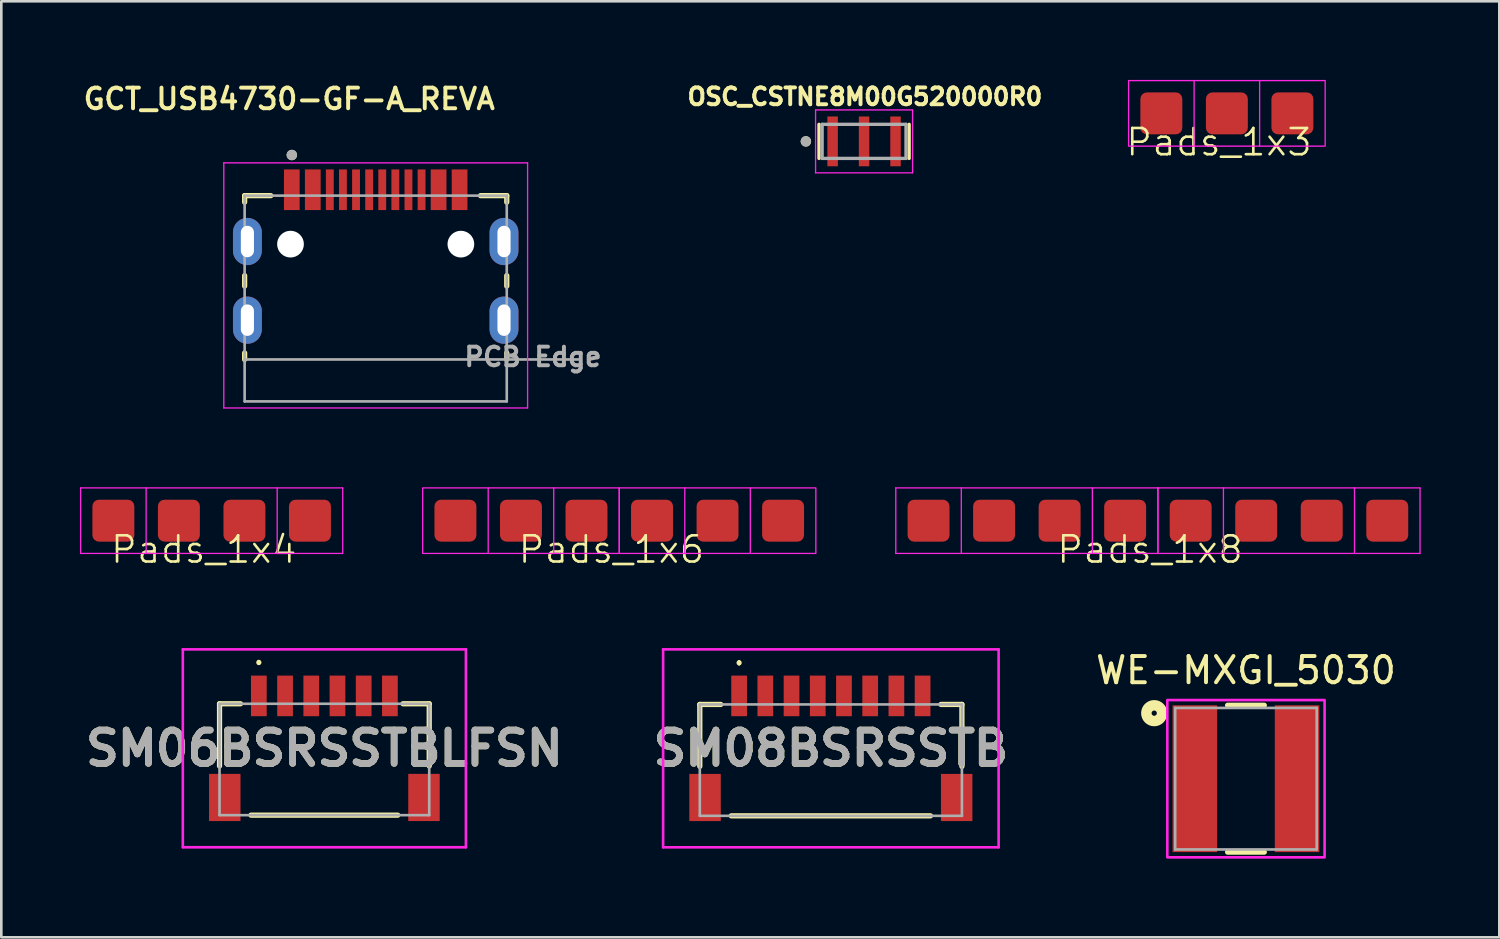
<source format=kicad_pcb>
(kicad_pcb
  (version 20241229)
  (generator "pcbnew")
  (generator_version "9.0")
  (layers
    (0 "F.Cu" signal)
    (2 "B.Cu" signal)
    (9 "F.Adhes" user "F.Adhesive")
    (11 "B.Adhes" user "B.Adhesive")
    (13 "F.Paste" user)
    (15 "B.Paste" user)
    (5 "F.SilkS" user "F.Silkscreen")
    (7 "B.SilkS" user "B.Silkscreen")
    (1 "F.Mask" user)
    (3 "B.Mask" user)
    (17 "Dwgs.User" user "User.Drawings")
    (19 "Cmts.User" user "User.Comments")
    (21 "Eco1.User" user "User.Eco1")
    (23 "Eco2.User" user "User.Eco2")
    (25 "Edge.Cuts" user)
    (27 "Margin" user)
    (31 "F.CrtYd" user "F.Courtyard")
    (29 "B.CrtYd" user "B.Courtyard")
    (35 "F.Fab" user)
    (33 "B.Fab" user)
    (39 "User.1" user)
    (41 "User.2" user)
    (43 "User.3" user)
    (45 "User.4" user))
  (footprint "Pads_1x4"
    (layer "F.Cu")
    (at 5.025 16.814)
    (property "Reference" "Pads_1x4" (at -0.3 1.1 0) (unlocked yes) (layer "F.SilkS") (effects (font (size 1 1) (thickness 0.1))))
    (attr smd)
    (fp_line (start -5 -1.25) (end -5 1.25) (stroke (width 0.05) (type solid)) (layer "F.CrtYd"))
    (fp_line (start -2.5 -1.25) (end -2.5 1.25) (stroke (width 0.05) (type solid)) (layer "F.CrtYd"))
    (fp_line (start 2.5 -1.25) (end 2.5 1.25) (stroke (width 0.05) (type solid)) (layer "F.CrtYd"))
    (fp_line (start 5 -1.25) (end -5 -1.25) (stroke (width 0.05) (type default)) (layer "F.CrtYd"))
    (fp_line (start 5 -1.25) (end 5 1.25) (stroke (width 0.05) (type solid)) (layer "F.CrtYd"))
    (fp_line (start 5 1.25) (end -5 1.25) (stroke (width 0.05) (type default)) (layer "F.CrtYd"))
    (pad "1" smd roundrect (at -3.75 0 180) (size 1.6 1.6) (layers "F.Cu" "F.Mask" "F.Paste") (roundrect_rratio 0.156))
    (pad "2" smd roundrect (at -1.25 0 180) (size 1.6 1.6) (layers "F.Cu" "F.Mask" "F.Paste") (roundrect_rratio 0.156))
    (pad "3" smd roundrect (at 1.25 0 180) (size 1.6 1.6) (layers "F.Cu" "F.Mask" "F.Paste") (roundrect_rratio 0.156))
    (pad "4" smd roundrect (at 3.75 0 180) (size 1.6 1.6) (layers "F.Cu" "F.Mask" "F.Paste") (roundrect_rratio 0.156)))
  (footprint "Pads_1x8"
    (layer "F.Cu")
    (at 41.125 16.814)
    (property "Reference" "Pads_1x8" (at -0.3 1.1 0) (unlocked yes) (layer "F.SilkS") (effects (font (size 1 1) (thickness 0.1))))
    (attr smd)
    (fp_line (start -10 -1.25) (end -10 1.25) (stroke (width 0.05) (type solid)) (layer "F.CrtYd"))
    (fp_line (start -7.5 -1.25) (end -7.5 1.25) (stroke (width 0.05) (type solid)) (layer "F.CrtYd"))
    (fp_line (start -2.5 -1.25) (end -2.5 1.25) (stroke (width 0.05) (type solid)) (layer "F.CrtYd"))
    (fp_line (start 0 -1.25) (end -10 -1.25) (stroke (width 0.05) (type default)) (layer "F.CrtYd"))
    (fp_line (start 0 -1.25) (end 0 1.25) (stroke (width 0.05) (type solid)) (layer "F.CrtYd"))
    (fp_line (start 0 -1.25) (end 0 1.25) (stroke (width 0.05) (type solid)) (layer "F.CrtYd"))
    (fp_line (start 0 1.25) (end -10 1.25) (stroke (width 0.05) (type default)) (layer "F.CrtYd"))
    (fp_line (start 2.5 -1.25) (end 2.5 1.25) (stroke (width 0.05) (type solid)) (layer "F.CrtYd"))
    (fp_line (start 7.5 -1.25) (end 7.5 1.25) (stroke (width 0.05) (type solid)) (layer "F.CrtYd"))
    (fp_line (start 10 -1.25) (end 0 -1.25) (stroke (width 0.05) (type default)) (layer "F.CrtYd"))
    (fp_line (start 10 -1.25) (end 10 1.25) (stroke (width 0.05) (type solid)) (layer "F.CrtYd"))
    (fp_line (start 10 1.25) (end 0 1.25) (stroke (width 0.05) (type default)) (layer "F.CrtYd"))
    (pad "1" smd roundrect (at -8.75 0 180) (size 1.6 1.6) (layers "F.Cu" "F.Mask" "F.Paste") (roundrect_rratio 0.156))
    (pad "2" smd roundrect (at -6.25 0 180) (size 1.6 1.6) (layers "F.Cu" "F.Mask" "F.Paste") (roundrect_rratio 0.156))
    (pad "3" smd roundrect (at -3.75 0 180) (size 1.6 1.6) (layers "F.Cu" "F.Mask" "F.Paste") (roundrect_rratio 0.156))
    (pad "4" smd roundrect (at -1.25 0 180) (size 1.6 1.6) (layers "F.Cu" "F.Mask" "F.Paste") (roundrect_rratio 0.156))
    (pad "5" smd roundrect (at 1.25 0 180) (size 1.6 1.6) (layers "F.Cu" "F.Mask" "F.Paste") (roundrect_rratio 0.156))
    (pad "6" smd roundrect (at 3.75 0 180) (size 1.6 1.6) (layers "F.Cu" "F.Mask" "F.Paste") (roundrect_rratio 0.156))
    (pad "7" smd roundrect (at 6.25 0 180) (size 1.6 1.6) (layers "F.Cu" "F.Mask" "F.Paste") (roundrect_rratio 0.156))
    (pad "8" smd roundrect (at 8.75 0 180) (size 1.6 1.6) (layers "F.Cu" "F.Mask" "F.Paste") (roundrect_rratio 0.156)))
  (footprint "Pads_1x6"
    (layer "F.Cu")
    (at 20.575 16.814)
    (property "Reference" "Pads_1x6" (at -0.3 1.1 0) (unlocked yes) (layer "F.SilkS") (effects (font (size 1 1) (thickness 0.1))))
    (attr smd)
    (fp_line (start -5 -1.25) (end -5 1.25) (stroke (width 0.05) (type solid)) (layer "F.CrtYd"))
    (fp_line (start -2.5 -1.25) (end -2.5 1.25) (stroke (width 0.05) (type solid)) (layer "F.CrtYd"))
    (fp_line (start 2.5 -1.25) (end 2.5 1.25) (stroke (width 0.05) (type solid)) (layer "F.CrtYd"))
    (fp_line (start 5 -1.25) (end 5 1.25) (stroke (width 0.05) (type solid)) (layer "F.CrtYd"))
    (fp_rect (start -7.5 -1.25) (end 0 1.25) (stroke (width 0.05) (type solid)) (fill no) (layer "F.CrtYd"))
    (fp_rect (start 0 -1.25) (end 7.5 1.25) (stroke (width 0.05) (type solid)) (fill no) (layer "F.CrtYd"))
    (pad "1" smd roundrect (at -6.25 0 180) (size 1.6 1.6) (layers "F.Cu" "F.Mask" "F.Paste") (roundrect_rratio 0.156))
    (pad "2" smd roundrect (at -3.75 0 180) (size 1.6 1.6) (layers "F.Cu" "F.Mask" "F.Paste") (roundrect_rratio 0.156))
    (pad "3" smd roundrect (at -1.25 0 180) (size 1.6 1.6) (layers "F.Cu" "F.Mask" "F.Paste") (roundrect_rratio 0.156))
    (pad "4" smd roundrect (at 1.25 0 180) (size 1.6 1.6) (layers "F.Cu" "F.Mask" "F.Paste") (roundrect_rratio 0.156))
    (pad "5" smd roundrect (at 3.75 0 180) (size 1.6 1.6) (layers "F.Cu" "F.Mask" "F.Paste") (roundrect_rratio 0.156))
    (pad "6" smd roundrect (at 6.25 0 180) (size 1.6 1.6) (layers "F.Cu" "F.Mask" "F.Paste") (roundrect_rratio 0.156)))
  (footprint "WE-MXGI_5030"
    (layer "F.Cu")
    (at 44.484 26.658)
    (property "Reference" "WE-MXGI_5030" (at 0 -4.135 0) (layer "F.SilkS") (effects (font (size 1 1) (thickness 0.15))))
    (attr smd)
    (fp_line (start -0.7 -2.8) (end 0.7 -2.8) (stroke (width 0.2) (type solid)) (layer "F.SilkS"))
    (fp_line (start -0.7 2.8) (end 0.7 2.8) (stroke (width 0.2) (type solid)) (layer "F.SilkS"))
    (fp_circle (center -3.5 -2.5) (end -3.4 -2.5) (stroke (width 0.4) (type solid)) (fill no) (layer "F.SilkS"))
    (fp_poly (pts (xy -3 -3) (xy 3 -3) (xy 3 3) (xy -3 3)) (stroke (width 0.1) (type solid)) (fill no) (layer "F.CrtYd"))
    (fp_line (start -2.7 -2.7) (end 2.7 -2.7) (stroke (width 0.1) (type solid)) (layer "F.Fab"))
    (fp_line (start -2.7 2.7) (end -2.7 -2.7) (stroke (width 0.1) (type solid)) (layer "F.Fab"))
    (fp_line (start 2.7 -2.7) (end 2.7 2.7) (stroke (width 0.1) (type solid)) (layer "F.Fab"))
    (fp_line (start 2.7 2.7) (end -2.7 2.7) (stroke (width 0.1) (type solid)) (layer "F.Fab"))
    (pad "1" smd rect (at -1.95 0) (size 1.7 5.6) (layers "F.Cu" "F.Mask" "F.Paste"))
    (pad "2" smd rect (at 1.95 0) (size 1.7 5.6) (layers "F.Cu" "F.Mask" "F.Paste"))
    (zone (net_name "") (layer "F.Cu") (hatch full 0.508) (connect_pads) (min_thickness 0.01) (filled_areas_thickness no) (keepout (tracks not_allowed) (vias not_allowed) (pads not_allowed) (copperpour not_allowed) (footprints allowed)) (placement (enabled no)) (fill) (polygon (pts (xy 43.384 23.858) (xy 45.584 23.858) (xy 45.584 29.458) (xy 43.384 29.458))))
    (zone (net_name "") (layers "F.Cu" "B.Cu") (hatch full 0.508) (connect_pads) (min_thickness 0.01) (filled_areas_thickness no) (keepout (tracks allowed) (vias not_allowed) (pads allowed) (copperpour allowed) (footprints allowed)) (placement (enabled no)) (fill) (polygon (pts (xy 43.384 23.858) (xy 45.584 23.858) (xy 45.584 29.458) (xy 43.384 29.458)))))
  (footprint "SM08BSRSSTB"
    (layer "F.Cu")
    (at 28.648 25.787)
    (property "Reference" "SM08BSRSSTB" (at 0 -0.288 0) (layer "F.SilkS") (effects (font (size 1.27 1.27) (thickness 0.254))))
    (attr smd)
    (fp_line (start -5 -1.962) (end -4.2 -1.962) (stroke (width 0.2) (type solid)) (layer "F.SilkS"))
    (fp_line (start -5 0.4) (end -5 -1.962) (stroke (width 0.2) (type solid)) (layer "F.SilkS"))
    (fp_line (start -3.5 -3.6) (end -3.5 -3.6) (stroke (width 0.1) (type solid)) (layer "F.SilkS"))
    (fp_line (start -3.5 -3.5) (end -3.5 -3.5) (stroke (width 0.1) (type solid)) (layer "F.SilkS"))
    (fp_line (start 3.8 2.288) (end -3.8 2.288) (stroke (width 0.2) (type solid)) (layer "F.SilkS"))
    (fp_line (start 4.2 -1.962) (end 5 -1.962) (stroke (width 0.2) (type solid)) (layer "F.SilkS"))
    (fp_line (start 5 -1.962) (end 5 0.4) (stroke (width 0.2) (type solid)) (layer "F.SilkS"))
    (fp_arc (start -3.5 -3.6) (mid -3.45 -3.55) (end -3.5 -3.5) (stroke (width 0.1) (type solid)) (layer "F.SilkS"))
    (fp_arc (start -3.5 -3.5) (mid -3.55 -3.55) (end -3.5 -3.6) (stroke (width 0.1) (type solid)) (layer "F.SilkS"))
    (fp_line (start -6.4 -4.063) (end 6.4 -4.063) (stroke (width 0.1) (type solid)) (layer "F.CrtYd"))
    (fp_line (start -6.4 3.488) (end -6.4 -4.063) (stroke (width 0.1) (type solid)) (layer "F.CrtYd"))
    (fp_line (start 6.4 -4.063) (end 6.4 3.488) (stroke (width 0.1) (type solid)) (layer "F.CrtYd"))
    (fp_line (start 6.4 3.488) (end -6.4 3.488) (stroke (width 0.1) (type solid)) (layer "F.CrtYd"))
    (fp_line (start -5 -1.962) (end -5 2.288) (stroke (width 0.1) (type solid)) (layer "F.Fab"))
    (fp_line (start -5 2.288) (end 5 2.288) (stroke (width 0.1) (type solid)) (layer "F.Fab"))
    (fp_line (start 5 -1.962) (end -5 -1.962) (stroke (width 0.1) (type solid)) (layer "F.Fab"))
    (fp_line (start 5 2.288) (end 5 -1.962) (stroke (width 0.1) (type solid)) (layer "F.Fab"))
    (fp_text user "${REFERENCE}" (at 0 -0.288 0) (layer "F.Fab") (effects (font (size 1.27 1.27) (thickness 0.254))))
    (pad "1" smd rect (at -3.5 -2.288) (size 0.6 1.55) (layers "F.Cu" "F.Mask" "F.Paste"))
    (pad "2" smd rect (at -2.5 -2.288) (size 0.6 1.55) (layers "F.Cu" "F.Mask" "F.Paste"))
    (pad "3" smd rect (at -1.5 -2.288) (size 0.6 1.55) (layers "F.Cu" "F.Mask" "F.Paste"))
    (pad "4" smd rect (at -0.5 -2.288) (size 0.6 1.55) (layers "F.Cu" "F.Mask" "F.Paste"))
    (pad "5" smd rect (at 0.5 -2.288) (size 0.6 1.55) (layers "F.Cu" "F.Mask" "F.Paste"))
    (pad "6" smd rect (at 1.5 -2.288) (size 0.6 1.55) (layers "F.Cu" "F.Mask" "F.Paste"))
    (pad "7" smd rect (at 2.5 -2.288) (size 0.6 1.55) (layers "F.Cu" "F.Mask" "F.Paste"))
    (pad "8" smd rect (at 3.5 -2.288) (size 0.6 1.55) (layers "F.Cu" "F.Mask" "F.Paste"))
    (pad "9" smd rect (at -4.8 1.588) (size 1.2 1.8) (layers "F.Cu" "F.Mask" "F.Paste"))
    (pad "10" smd rect (at 4.8 1.588) (size 1.2 1.8) (layers "F.Cu" "F.Mask" "F.Paste")))
  (footprint "OSC_CSTNE8M00G520000R0"
    (layer "F.Cu")
    (at 29.915 2.344)
    (property "Reference" "OSC_CSTNE8M00G520000R0" (at 0.032 -1.706 0) (layer "F.SilkS") (effects (font (size 0.64 0.64) (thickness 0.15))))
    (attr smd)
    (fp_line (start -1.72 -0.65) (end -1.72 0.65) (stroke (width 0.127) (type solid)) (layer "F.SilkS"))
    (fp_line (start 1.72 -0.65) (end 1.72 0.65) (stroke (width 0.127) (type solid)) (layer "F.SilkS"))
    (fp_circle (center -2.22 0) (end -2.12 0) (stroke (width 0.2) (type solid)) (fill no) (layer "F.SilkS"))
    (fp_line (start -1.85 -1.2) (end 1.85 -1.2) (stroke (width 0.05) (type solid)) (layer "F.CrtYd"))
    (fp_line (start -1.85 1.2) (end -1.85 -1.2) (stroke (width 0.05) (type solid)) (layer "F.CrtYd"))
    (fp_line (start 1.85 -1.2) (end 1.85 1.2) (stroke (width 0.05) (type solid)) (layer "F.CrtYd"))
    (fp_line (start 1.85 1.2) (end -1.85 1.2) (stroke (width 0.05) (type solid)) (layer "F.CrtYd"))
    (fp_line (start -1.6 -0.65) (end -1.6 0.65) (stroke (width 0.127) (type solid)) (layer "F.Fab"))
    (fp_line (start -1.6 -0.65) (end 1.6 -0.65) (stroke (width 0.127) (type solid)) (layer "F.Fab"))
    (fp_line (start 1.6 -0.65) (end 1.6 0.65) (stroke (width 0.127) (type solid)) (layer "F.Fab"))
    (fp_line (start 1.6 0.65) (end -1.6 0.65) (stroke (width 0.127) (type solid)) (layer "F.Fab"))
    (fp_circle (center -2.22 0) (end -2.12 0) (stroke (width 0.2) (type solid)) (fill no) (layer "F.Fab"))
    (pad "1" smd rect (at -1.2 0) (size 0.4 1.9) (layers "F.Cu" "F.Mask" "F.Paste"))
    (pad "2" smd rect (at 0 0) (size 0.4 1.9) (layers "F.Cu" "F.Mask" "F.Paste"))
    (pad "3" smd rect (at 1.2 0) (size 0.4 1.9) (layers "F.Cu" "F.Mask" "F.Paste")))
  (footprint "GCT_USB4730-GF-A_REVA"
    (layer "F.Cu")
    (at 11.283 9.164)
    (property "Reference" "GCT_USB4730-GF-A_REVA" (at -3.3 -8.44 0) (layer "F.SilkS") (effects (font (size 0.787 0.787) (thickness 0.15))))
    (attr smd)
    (fp_poly (pts (xy -3.55 -5.8) (xy -2.85 -5.8) (xy -2.85 -4.15) (xy -3.55 -4.15)) (stroke (width 0.01) (type solid)) (fill yes) (layer "F.Mask"))
    (fp_poly (pts (xy -2.75 -5.8) (xy -2.05 -5.8) (xy -2.05 -4.15) (xy -2.75 -4.15)) (stroke (width 0.01) (type solid)) (fill yes) (layer "F.Mask"))
    (fp_poly (pts (xy -1.95 -5.8) (xy -1.55 -5.8) (xy -1.55 -4.15) (xy -1.95 -4.15)) (stroke (width 0.01) (type solid)) (fill yes) (layer "F.Mask"))
    (fp_poly (pts (xy -1.45 -5.8) (xy -1.05 -5.8) (xy -1.05 -4.15) (xy -1.45 -4.15)) (stroke (width 0.01) (type solid)) (fill yes) (layer "F.Mask"))
    (fp_poly (pts (xy -0.95 -5.8) (xy -0.55 -5.8) (xy -0.55 -4.15) (xy -0.95 -4.15)) (stroke (width 0.01) (type solid)) (fill yes) (layer "F.Mask"))
    (fp_poly (pts (xy -0.45 -5.8) (xy -0.05 -5.8) (xy -0.05 -4.15) (xy -0.45 -4.15)) (stroke (width 0.01) (type solid)) (fill yes) (layer "F.Mask"))
    (fp_poly (pts (xy 0.05 -5.8) (xy 0.45 -5.8) (xy 0.45 -4.15) (xy 0.05 -4.15)) (stroke (width 0.01) (type solid)) (fill yes) (layer "F.Mask"))
    (fp_poly (pts (xy 0.55 -5.8) (xy 0.95 -5.8) (xy 0.95 -4.15) (xy 0.55 -4.15)) (stroke (width 0.01) (type solid)) (fill yes) (layer "F.Mask"))
    (fp_poly (pts (xy 1.05 -5.8) (xy 1.45 -5.8) (xy 1.45 -4.15) (xy 1.05 -4.15)) (stroke (width 0.01) (type solid)) (fill yes) (layer "F.Mask"))
    (fp_poly (pts (xy 1.55 -5.8) (xy 1.95 -5.8) (xy 1.95 -4.15) (xy 1.55 -4.15)) (stroke (width 0.01) (type solid)) (fill yes) (layer "F.Mask"))
    (fp_poly (pts (xy 2.05 -5.8) (xy 2.75 -5.8) (xy 2.75 -4.15) (xy 2.05 -4.15)) (stroke (width 0.01) (type solid)) (fill yes) (layer "F.Mask"))
    (fp_poly (pts (xy 2.85 -5.8) (xy 3.55 -5.8) (xy 3.55 -4.15) (xy 2.85 -4.15)) (stroke (width 0.01) (type solid)) (fill yes) (layer "F.Mask"))
    (fp_line (start -5 -4.75) (end -5 -4.5) (stroke (width 0.2) (type solid)) (layer "F.SilkS"))
    (fp_line (start -5 -1.7) (end -5 -1.3) (stroke (width 0.2) (type solid)) (layer "F.SilkS"))
    (fp_line (start -5 1.25) (end -5 1.5) (stroke (width 0.2) (type solid)) (layer "F.SilkS"))
    (fp_line (start -4 -4.75) (end -5 -4.75) (stroke (width 0.2) (type solid)) (layer "F.SilkS"))
    (fp_line (start 4 -4.75) (end 5 -4.75) (stroke (width 0.2) (type solid)) (layer "F.SilkS"))
    (fp_line (start 5 -4.75) (end 5 -4.5) (stroke (width 0.2) (type solid)) (layer "F.SilkS"))
    (fp_line (start 5 -1.7) (end 5 -1.3) (stroke (width 0.2) (type solid)) (layer "F.SilkS"))
    (fp_line (start 5 1.25) (end 5 1.5) (stroke (width 0.2) (type solid)) (layer "F.SilkS"))
    (fp_circle (center -3.2 -6.3) (end -3.1 -6.3) (stroke (width 0.2) (type solid)) (fill no) (layer "F.SilkS"))
    (fp_line (start -5.795 -6) (end -5.795 3.35) (stroke (width 0.05) (type solid)) (layer "F.CrtYd"))
    (fp_line (start -5.795 3.35) (end 5.795 3.35) (stroke (width 0.05) (type solid)) (layer "F.CrtYd"))
    (fp_line (start 5.795 -6) (end -5.795 -6) (stroke (width 0.05) (type solid)) (layer "F.CrtYd"))
    (fp_line (start 5.795 3.35) (end 5.795 -6) (stroke (width 0.05) (type solid)) (layer "F.CrtYd"))
    (fp_line (start -5 -4.75) (end -5 1.5) (stroke (width 0.1) (type solid)) (layer "F.Fab"))
    (fp_line (start -5 1.5) (end -5 3.1) (stroke (width 0.1) (type solid)) (layer "F.Fab"))
    (fp_line (start -5 1.5) (end 7.75 1.5) (stroke (width 0.1) (type solid)) (layer "F.Fab"))
    (fp_line (start -5 3.1) (end 5 3.1) (stroke (width 0.1) (type solid)) (layer "F.Fab"))
    (fp_line (start 5 -4.75) (end -5 -4.75) (stroke (width 0.1) (type solid)) (layer "F.Fab"))
    (fp_line (start 5 3.1) (end 5 -4.75) (stroke (width 0.1) (type solid)) (layer "F.Fab"))
    (fp_circle (center -3.2 -6.3) (end -3.1 -6.3) (stroke (width 0.2) (type solid)) (fill no) (layer "F.Fab"))
    (fp_text user "PCB Edge" (at 6 1.4 0) (layer "F.Fab") (effects (font (size 0.709 0.709) (thickness 0.15))))
    (pad "" np_thru_hole circle (at -3.25 -2.9) (size 1.02 1.02) (drill 1.02) (layers "*.Cu" "*.Mask"))
    (pad "" np_thru_hole circle (at 3.25 -2.9) (size 1.02 1.02) (drill 1.02) (layers "*.Cu" "*.Mask"))
    (pad "A1/B12" smd rect (at -3.2 -4.975) (size 0.6 1.55) (layers "F.Cu" "F.Paste"))
    (pad "A4/B9" smd rect (at -2.4 -4.975) (size 0.6 1.55) (layers "F.Cu" "F.Paste"))
    (pad "A5" smd rect (at -1.25 -4.975) (size 0.3 1.55) (layers "F.Cu" "F.Paste"))
    (pad "A6" smd rect (at -0.25 -4.975) (size 0.3 1.55) (layers "F.Cu" "F.Paste"))
    (pad "A7" smd rect (at 0.25 -4.975) (size 0.3 1.55) (layers "F.Cu" "F.Paste"))
    (pad "A8" smd rect (at 1.25 -4.975) (size 0.3 1.55) (layers "F.Cu" "F.Paste"))
    (pad "B1/A12" smd rect (at 3.2 -4.975) (size 0.6 1.55) (layers "F.Cu" "F.Paste"))
    (pad "B4/A9" smd rect (at 2.4 -4.975) (size 0.6 1.55) (layers "F.Cu" "F.Paste"))
    (pad "B5" smd rect (at 1.75 -4.975) (size 0.3 1.55) (layers "F.Cu" "F.Paste"))
    (pad "B6" smd rect (at 0.75 -4.975) (size 0.3 1.55) (layers "F.Cu" "F.Paste"))
    (pad "B7" smd rect (at -0.75 -4.975) (size 0.3 1.55) (layers "F.Cu" "F.Paste"))
    (pad "B8" smd rect (at -1.75 -4.975) (size 0.3 1.55) (layers "F.Cu" "F.Paste"))
    (pad "SH1" thru_hole oval (at -4.895 0) (size 1.1 1.8) (drill oval 0.5 1.2) (layers "*.Cu" "*.Mask"))
    (pad "SH2" thru_hole oval (at 4.895 0) (size 1.1 1.8) (drill oval 0.5 1.2) (layers "*.Cu" "*.Mask"))
    (pad "SH3" thru_hole oval (at -4.895 -3) (size 1.1 1.8) (drill oval 0.5 1.2) (layers "*.Cu" "*.Mask"))
    (pad "SH4" thru_hole oval (at 4.895 -3) (size 1.1 1.8) (drill oval 0.5 1.2) (layers "*.Cu" "*.Mask")))
  (footprint "Pads_1x3"
    (layer "F.Cu")
    (at 43.756 1.275)
    (property "Reference" "Pads_1x3" (at -0.3 1.1 0) (unlocked yes) (layer "F.SilkS") (effects (font (size 1 1) (thickness 0.1))))
    (attr smd)
    (fp_line (start -1.25 -1.25) (end -1.25 1.25) (stroke (width 0.05) (type solid)) (layer "F.CrtYd"))
    (fp_line (start 1.25 -1.25) (end 1.25 1.25) (stroke (width 0.05) (type solid)) (layer "F.CrtYd"))
    (fp_rect (start -3.75 -1.25) (end 3.75 1.25) (stroke (width 0.05) (type solid)) (fill no) (layer "F.CrtYd"))
    (pad "1" smd roundrect (at -2.5 0 180) (size 1.6 1.6) (layers "F.Cu" "F.Mask" "F.Paste") (roundrect_rratio 0.156))
    (pad "2" smd roundrect (at 0 0 180) (size 1.6 1.6) (layers "F.Cu" "F.Mask" "F.Paste") (roundrect_rratio 0.156))
    (pad "3" smd roundrect (at 2.5 0 180) (size 1.6 1.6) (layers "F.Cu" "F.Mask" "F.Paste") (roundrect_rratio 0.156)))
  (footprint "SM06BSRSSTBLFSN"
    (layer "F.Cu")
    (at 9.325 25.774)
    (property "Reference" "SM06BSRSSTBLFSN" (at 0 -0.275 0) (layer "F.SilkS") (effects (font (size 1.27 1.27) (thickness 0.254))))
    (attr smd)
    (fp_line (start -4 -1.975) (end -4 0.4) (stroke (width 0.2) (type solid)) (layer "F.SilkS"))
    (fp_line (start -3.2 -1.975) (end -4 -1.975) (stroke (width 0.2) (type solid)) (layer "F.SilkS"))
    (fp_line (start -2.8 2.275) (end 2.8 2.275) (stroke (width 0.2) (type solid)) (layer "F.SilkS"))
    (fp_line (start -2.5 -3.6) (end -2.5 -3.6) (stroke (width 0.1) (type solid)) (layer "F.SilkS"))
    (fp_line (start -2.5 -3.5) (end -2.5 -3.5) (stroke (width 0.1) (type solid)) (layer "F.SilkS"))
    (fp_line (start 3 -1.975) (end 4 -1.975) (stroke (width 0.2) (type solid)) (layer "F.SilkS"))
    (fp_line (start 4 -1.975) (end 4 0.4) (stroke (width 0.2) (type solid)) (layer "F.SilkS"))
    (fp_arc (start -2.5 -3.6) (mid -2.45 -3.55) (end -2.5 -3.5) (stroke (width 0.1) (type solid)) (layer "F.SilkS"))
    (fp_arc (start -2.5 -3.5) (mid -2.55 -3.55) (end -2.5 -3.6) (stroke (width 0.1) (type solid)) (layer "F.SilkS"))
    (fp_line (start -5.4 -4.05) (end 5.4 -4.05) (stroke (width 0.1) (type solid)) (layer "F.CrtYd"))
    (fp_line (start -5.4 3.5) (end -5.4 -4.05) (stroke (width 0.1) (type solid)) (layer "F.CrtYd"))
    (fp_line (start 5.4 -4.05) (end 5.4 3.5) (stroke (width 0.1) (type solid)) (layer "F.CrtYd"))
    (fp_line (start 5.4 3.5) (end -5.4 3.5) (stroke (width 0.1) (type solid)) (layer "F.CrtYd"))
    (fp_line (start -4 -1.975) (end 4 -1.975) (stroke (width 0.1) (type solid)) (layer "F.Fab"))
    (fp_line (start -4 2.275) (end -4 -1.975) (stroke (width 0.1) (type solid)) (layer "F.Fab"))
    (fp_line (start 4 -1.975) (end 4 2.275) (stroke (width 0.1) (type solid)) (layer "F.Fab"))
    (fp_line (start 4 2.275) (end -4 2.275) (stroke (width 0.1) (type solid)) (layer "F.Fab"))
    (fp_text user "${REFERENCE}" (at 0 -0.275 0) (layer "F.Fab") (effects (font (size 1.27 1.27) (thickness 0.254))))
    (pad "1" smd rect (at -2.5 -2.275) (size 0.6 1.55) (layers "F.Cu" "F.Mask" "F.Paste"))
    (pad "2" smd rect (at -1.5 -2.275) (size 0.6 1.55) (layers "F.Cu" "F.Mask" "F.Paste"))
    (pad "3" smd rect (at -0.5 -2.275) (size 0.6 1.55) (layers "F.Cu" "F.Mask" "F.Paste"))
    (pad "4" smd rect (at 0.5 -2.275) (size 0.6 1.55) (layers "F.Cu" "F.Mask" "F.Paste"))
    (pad "5" smd rect (at 1.5 -2.275) (size 0.6 1.55) (layers "F.Cu" "F.Mask" "F.Paste"))
    (pad "6" smd rect (at 2.5 -2.275) (size 0.6 1.55) (layers "F.Cu" "F.Mask" "F.Paste"))
    (pad "7" smd rect (at -3.8 1.6) (size 1.2 1.8) (layers "F.Cu" "F.Mask" "F.Paste"))
    (pad "8" smd rect (at 3.8 1.6) (size 1.2 1.8) (layers "F.Cu" "F.Mask" "F.Paste")))
  (gr_rect
    (start -3 -3)
    (end 54.15 32.708)
    (stroke (width 0.1) (type default))
    (fill no)
    (layer "Edge.Cuts")))
</source>
